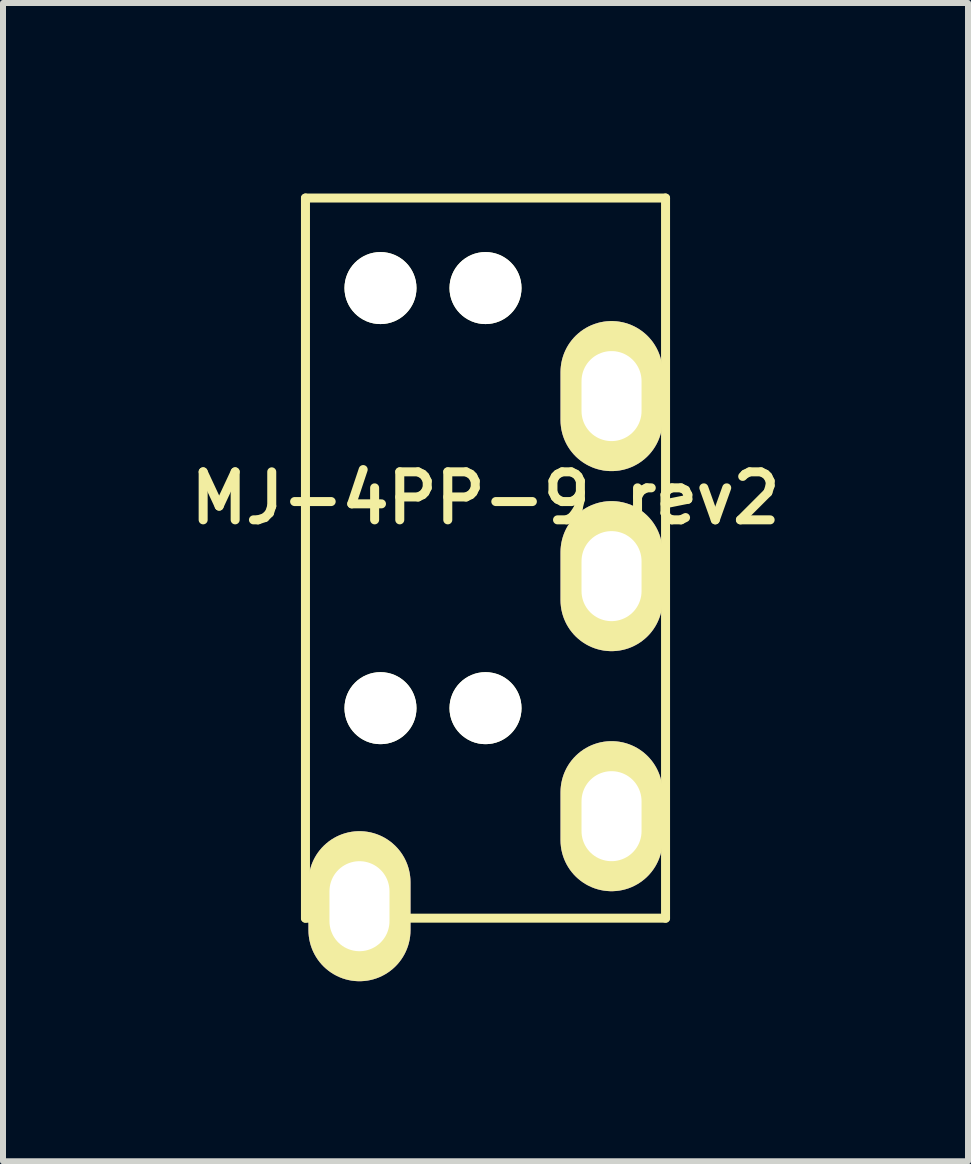
<source format=kicad_pcb>
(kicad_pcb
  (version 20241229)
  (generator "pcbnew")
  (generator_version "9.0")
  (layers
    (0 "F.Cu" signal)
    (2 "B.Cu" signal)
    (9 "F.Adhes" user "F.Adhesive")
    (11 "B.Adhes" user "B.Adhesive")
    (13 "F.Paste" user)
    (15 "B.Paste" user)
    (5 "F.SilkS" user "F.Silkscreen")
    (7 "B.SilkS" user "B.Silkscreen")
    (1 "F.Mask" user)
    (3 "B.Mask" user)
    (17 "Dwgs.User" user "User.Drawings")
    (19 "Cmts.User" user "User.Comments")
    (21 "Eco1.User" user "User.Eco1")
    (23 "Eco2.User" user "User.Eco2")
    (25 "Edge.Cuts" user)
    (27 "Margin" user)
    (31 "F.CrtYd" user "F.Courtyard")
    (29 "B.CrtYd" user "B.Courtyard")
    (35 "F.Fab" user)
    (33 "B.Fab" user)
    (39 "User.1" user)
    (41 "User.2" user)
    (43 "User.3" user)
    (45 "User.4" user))
  (footprint "MJ-4PP-9_rev2"
    (layer "F.Cu")
    (at 5.04 0.25)
    (property "Reference" "MJ-4PP-9_rev2" (at 0 5 0) (layer "F.SilkS") (effects (font (size 0.8 0.8) (thickness 0.15))))
    (attr through_hole)
    (fp_line (start -3 0) (end 3 0) (stroke (width 0.15) (type solid)) (layer "F.SilkS"))
    (fp_line (start -3 12) (end -3 0) (stroke (width 0.15) (type solid)) (layer "F.SilkS"))
    (fp_line (start 3 0) (end 3 12) (stroke (width 0.15) (type solid)) (layer "F.SilkS"))
    (fp_line (start 3 12) (end -3 12) (stroke (width 0.15) (type solid)) (layer "F.SilkS"))
    (pad "" np_thru_hole circle (at -1.75 1.5) (size 1.2 1.2) (drill 1.2) (layers "*.Cu" "*.Mask" "F.SilkS"))
    (pad "" np_thru_hole circle (at -1.75 8.5) (size 1.2 1.2) (drill 1.2) (layers "*.Cu" "*.Mask" "F.SilkS"))
    (pad "" np_thru_hole circle (at 0 1.5) (size 1.2 1.2) (drill 1.2) (layers "*.Cu" "*.Mask" "F.SilkS"))
    (pad "" np_thru_hole circle (at 0 8.5) (size 1.2 1.2) (drill 1.2) (layers "*.Cu" "*.Mask" "F.SilkS"))
    (pad "1" thru_hole oval (at 2.1 10.3) (size 1.7 2.5) (drill oval 1 1.5) (layers "*.Cu" "*.Mask" "F.SilkS"))
    (pad "2" thru_hole oval (at 2.1 6.3) (size 1.7 2.5) (drill oval 1 1.5) (layers "*.Cu" "*.Mask" "F.SilkS"))
    (pad "3" thru_hole oval (at 2.1 3.3) (size 1.7 2.5) (drill oval 1 1.5) (layers "*.Cu" "*.Mask" "F.SilkS"))
    (pad "4" thru_hole oval (at -2.1 11.8) (size 1.7 2.5) (drill oval 1 1.5) (layers "*.Cu" "*.Mask" "F.SilkS")))
  (gr_rect
    (start -3 -3)
    (end 13.08 16.3)
    (stroke (width 0.1) (type default))
    (fill no)
    (layer "Edge.Cuts")))
</source>
